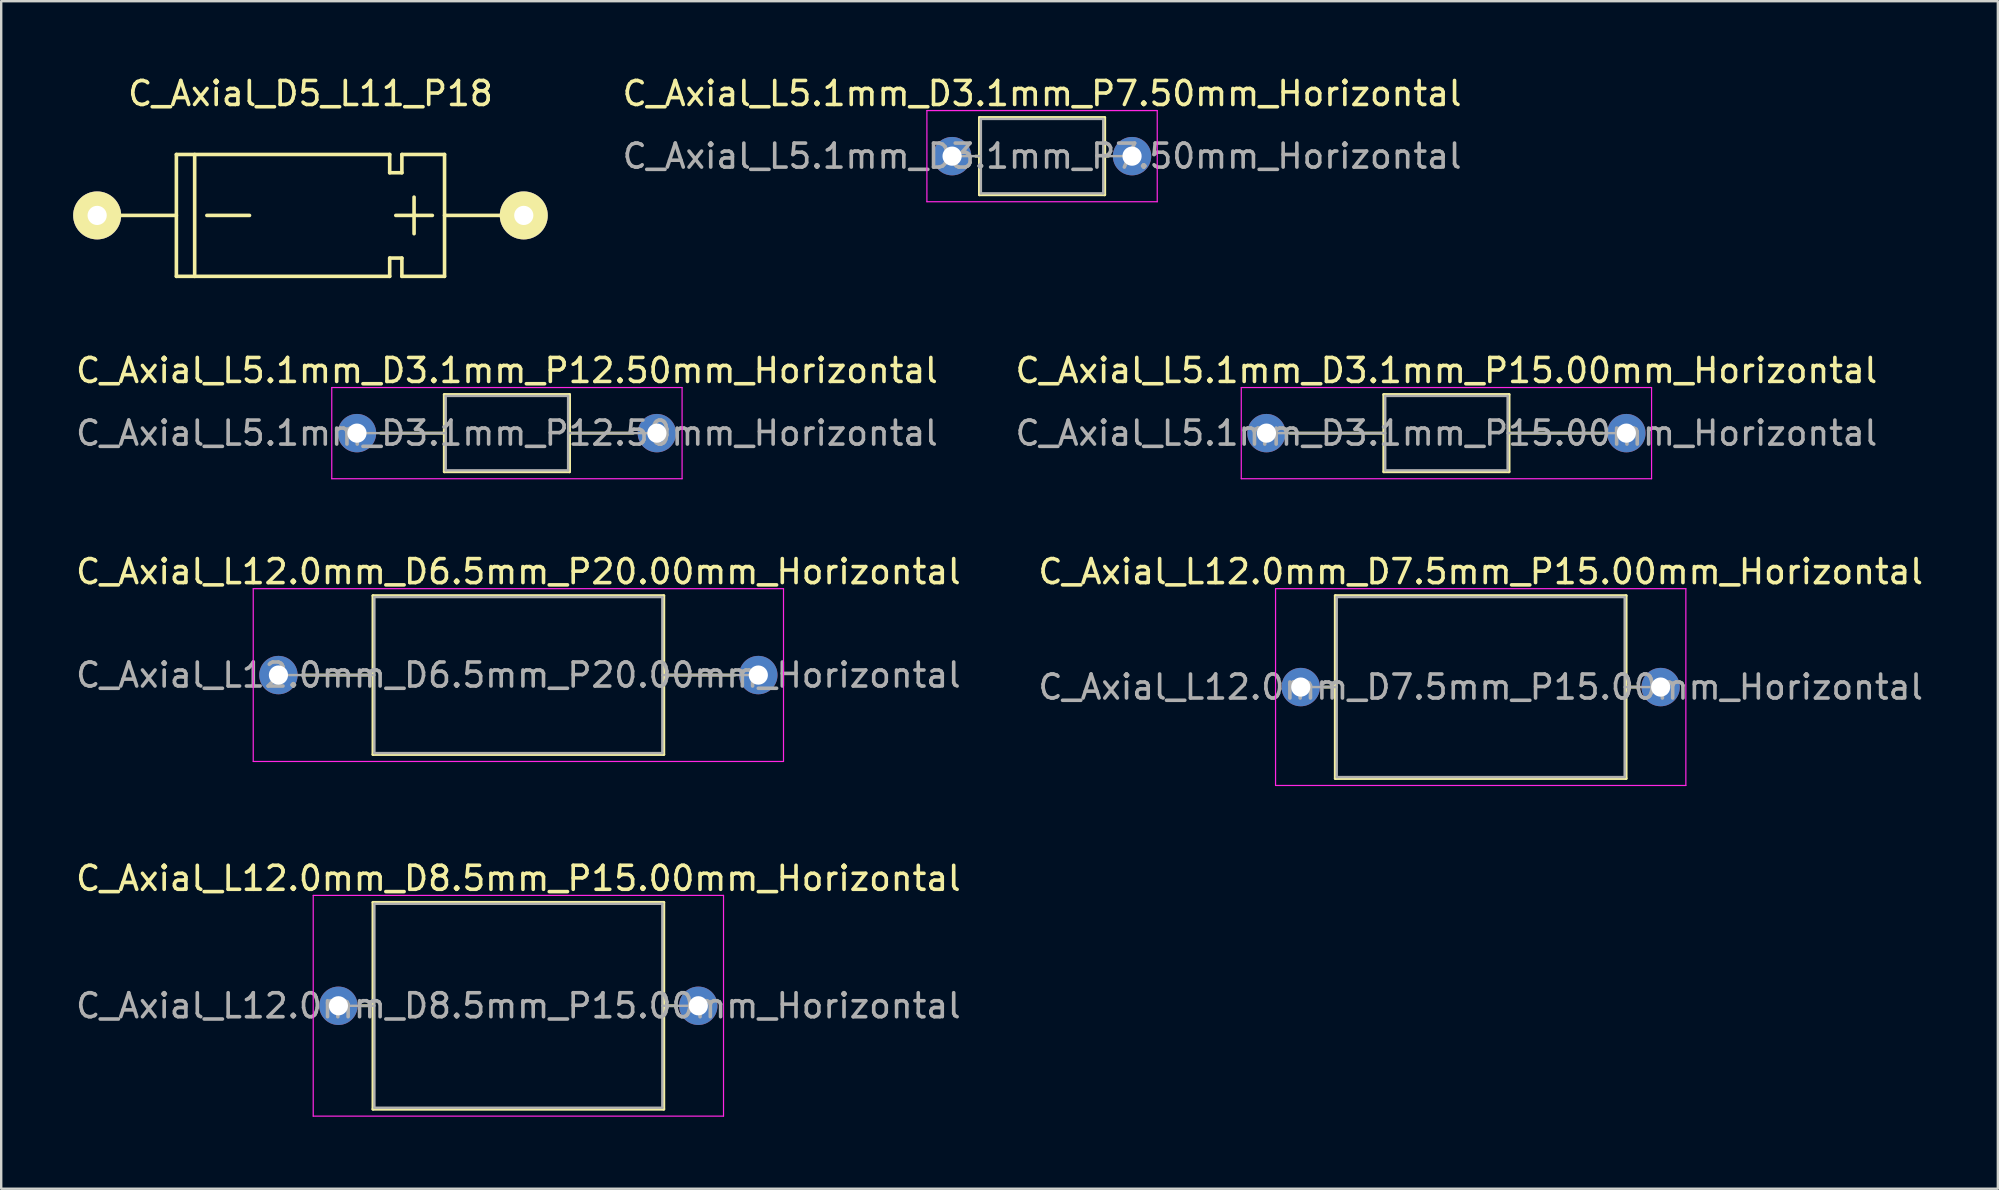
<source format=kicad_pcb>
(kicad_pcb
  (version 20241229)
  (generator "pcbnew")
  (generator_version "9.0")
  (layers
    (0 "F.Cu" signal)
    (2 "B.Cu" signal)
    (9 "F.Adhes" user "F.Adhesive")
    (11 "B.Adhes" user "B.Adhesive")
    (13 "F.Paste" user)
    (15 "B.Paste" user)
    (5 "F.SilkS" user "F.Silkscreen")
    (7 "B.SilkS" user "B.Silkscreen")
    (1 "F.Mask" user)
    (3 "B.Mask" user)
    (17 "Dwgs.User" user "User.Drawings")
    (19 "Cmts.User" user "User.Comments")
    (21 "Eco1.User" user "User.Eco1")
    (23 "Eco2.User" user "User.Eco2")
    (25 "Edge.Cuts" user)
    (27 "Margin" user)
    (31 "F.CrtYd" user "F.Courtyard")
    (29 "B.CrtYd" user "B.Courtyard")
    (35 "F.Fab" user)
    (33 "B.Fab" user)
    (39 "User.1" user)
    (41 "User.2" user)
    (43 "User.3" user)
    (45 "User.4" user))
  (footprint "C_Axial_L5.1mm_D3.1mm_P12.50mm_Horizontal"
    (layer "F.Cu")
    (at 11.827 15.002)
    (property "Reference" "C_Axial_L5.1mm_D3.1mm_P12.50mm_Horizontal" (at 6.25 -2.61 0) (layer "F.SilkS") (effects (font (size 1 1) (thickness 0.15))))
    (attr through_hole)
    (fp_line (start 0.98 0) (end 3.64 0) (stroke (width 0.12) (type solid)) (layer "F.SilkS"))
    (fp_line (start 3.64 -1.61) (end 3.64 1.61) (stroke (width 0.12) (type solid)) (layer "F.SilkS"))
    (fp_line (start 3.64 1.61) (end 8.86 1.61) (stroke (width 0.12) (type solid)) (layer "F.SilkS"))
    (fp_line (start 8.86 -1.61) (end 3.64 -1.61) (stroke (width 0.12) (type solid)) (layer "F.SilkS"))
    (fp_line (start 8.86 1.61) (end 8.86 -1.61) (stroke (width 0.12) (type solid)) (layer "F.SilkS"))
    (fp_line (start 11.52 0) (end 8.86 0) (stroke (width 0.12) (type solid)) (layer "F.SilkS"))
    (fp_line (start -1.05 -1.9) (end -1.05 1.9) (stroke (width 0.05) (type solid)) (layer "F.CrtYd"))
    (fp_line (start -1.05 1.9) (end 13.55 1.9) (stroke (width 0.05) (type solid)) (layer "F.CrtYd"))
    (fp_line (start 13.55 -1.9) (end -1.05 -1.9) (stroke (width 0.05) (type solid)) (layer "F.CrtYd"))
    (fp_line (start 13.55 1.9) (end 13.55 -1.9) (stroke (width 0.05) (type solid)) (layer "F.CrtYd"))
    (fp_line (start 0 0) (end 3.7 0) (stroke (width 0.1) (type solid)) (layer "F.Fab"))
    (fp_line (start 3.7 -1.55) (end 3.7 1.55) (stroke (width 0.1) (type solid)) (layer "F.Fab"))
    (fp_line (start 3.7 1.55) (end 8.8 1.55) (stroke (width 0.1) (type solid)) (layer "F.Fab"))
    (fp_line (start 8.8 -1.55) (end 3.7 -1.55) (stroke (width 0.1) (type solid)) (layer "F.Fab"))
    (fp_line (start 8.8 1.55) (end 8.8 -1.55) (stroke (width 0.1) (type solid)) (layer "F.Fab"))
    (fp_line (start 12.5 0) (end 8.8 0) (stroke (width 0.1) (type solid)) (layer "F.Fab"))
    (fp_text user "${REFERENCE}" (at 6.25 0 0) (layer "F.Fab") (effects (font (size 1 1) (thickness 0.15))))
    (pad "1" thru_hole circle (at 0 0) (size 1.6 1.6) (drill 0.8) (layers "*.Cu" "*.Mask"))
    (pad "2" thru_hole oval (at 12.5 0) (size 1.6 1.6) (drill 0.8) (layers "*.Cu" "*.Mask")))
  (footprint "C_Axial_L12.0mm_D7.5mm_P15.00mm_Horizontal"
    (layer "F.Cu")
    (at 51.161 25.585)
    (property "Reference" "C_Axial_L12.0mm_D7.5mm_P15.00mm_Horizontal" (at 7.5 -4.81 0) (layer "F.SilkS") (effects (font (size 1 1) (thickness 0.15))))
    (attr through_hole)
    (fp_line (start 0.98 0) (end 1.44 0) (stroke (width 0.12) (type solid)) (layer "F.SilkS"))
    (fp_line (start 1.44 -3.81) (end 1.44 3.81) (stroke (width 0.12) (type solid)) (layer "F.SilkS"))
    (fp_line (start 1.44 3.81) (end 13.56 3.81) (stroke (width 0.12) (type solid)) (layer "F.SilkS"))
    (fp_line (start 13.56 -3.81) (end 1.44 -3.81) (stroke (width 0.12) (type solid)) (layer "F.SilkS"))
    (fp_line (start 13.56 3.81) (end 13.56 -3.81) (stroke (width 0.12) (type solid)) (layer "F.SilkS"))
    (fp_line (start 14.02 0) (end 13.56 0) (stroke (width 0.12) (type solid)) (layer "F.SilkS"))
    (fp_line (start -1.05 -4.1) (end -1.05 4.1) (stroke (width 0.05) (type solid)) (layer "F.CrtYd"))
    (fp_line (start -1.05 4.1) (end 16.05 4.1) (stroke (width 0.05) (type solid)) (layer "F.CrtYd"))
    (fp_line (start 16.05 -4.1) (end -1.05 -4.1) (stroke (width 0.05) (type solid)) (layer "F.CrtYd"))
    (fp_line (start 16.05 4.1) (end 16.05 -4.1) (stroke (width 0.05) (type solid)) (layer "F.CrtYd"))
    (fp_line (start 0 0) (end 1.5 0) (stroke (width 0.1) (type solid)) (layer "F.Fab"))
    (fp_line (start 1.5 -3.75) (end 1.5 3.75) (stroke (width 0.1) (type solid)) (layer "F.Fab"))
    (fp_line (start 1.5 3.75) (end 13.5 3.75) (stroke (width 0.1) (type solid)) (layer "F.Fab"))
    (fp_line (start 13.5 -3.75) (end 1.5 -3.75) (stroke (width 0.1) (type solid)) (layer "F.Fab"))
    (fp_line (start 13.5 3.75) (end 13.5 -3.75) (stroke (width 0.1) (type solid)) (layer "F.Fab"))
    (fp_line (start 15 0) (end 13.5 0) (stroke (width 0.1) (type solid)) (layer "F.Fab"))
    (fp_text user "${REFERENCE}" (at 7.5 0 0) (layer "F.Fab") (effects (font (size 1 1) (thickness 0.15))))
    (pad "1" thru_hole circle (at 0 0) (size 1.6 1.6) (drill 0.8) (layers "*.Cu" "*.Mask"))
    (pad "2" thru_hole oval (at 15 0) (size 1.6 1.6) (drill 0.8) (layers "*.Cu" "*.Mask")))
  (footprint "C_Axial_L5.1mm_D3.1mm_P15.00mm_Horizontal"
    (layer "F.Cu")
    (at 49.732 15.002)
    (property "Reference" "C_Axial_L5.1mm_D3.1mm_P15.00mm_Horizontal" (at 7.5 -2.61 0) (layer "F.SilkS") (effects (font (size 1 1) (thickness 0.15))))
    (attr through_hole)
    (fp_line (start 0.98 0) (end 4.89 0) (stroke (width 0.12) (type solid)) (layer "F.SilkS"))
    (fp_line (start 4.89 -1.61) (end 4.89 1.61) (stroke (width 0.12) (type solid)) (layer "F.SilkS"))
    (fp_line (start 4.89 1.61) (end 10.11 1.61) (stroke (width 0.12) (type solid)) (layer "F.SilkS"))
    (fp_line (start 10.11 -1.61) (end 4.89 -1.61) (stroke (width 0.12) (type solid)) (layer "F.SilkS"))
    (fp_line (start 10.11 1.61) (end 10.11 -1.61) (stroke (width 0.12) (type solid)) (layer "F.SilkS"))
    (fp_line (start 14.02 0) (end 10.11 0) (stroke (width 0.12) (type solid)) (layer "F.SilkS"))
    (fp_line (start -1.05 -1.9) (end -1.05 1.9) (stroke (width 0.05) (type solid)) (layer "F.CrtYd"))
    (fp_line (start -1.05 1.9) (end 16.05 1.9) (stroke (width 0.05) (type solid)) (layer "F.CrtYd"))
    (fp_line (start 16.05 -1.9) (end -1.05 -1.9) (stroke (width 0.05) (type solid)) (layer "F.CrtYd"))
    (fp_line (start 16.05 1.9) (end 16.05 -1.9) (stroke (width 0.05) (type solid)) (layer "F.CrtYd"))
    (fp_line (start 0 0) (end 4.95 0) (stroke (width 0.1) (type solid)) (layer "F.Fab"))
    (fp_line (start 4.95 -1.55) (end 4.95 1.55) (stroke (width 0.1) (type solid)) (layer "F.Fab"))
    (fp_line (start 4.95 1.55) (end 10.05 1.55) (stroke (width 0.1) (type solid)) (layer "F.Fab"))
    (fp_line (start 10.05 -1.55) (end 4.95 -1.55) (stroke (width 0.1) (type solid)) (layer "F.Fab"))
    (fp_line (start 10.05 1.55) (end 10.05 -1.55) (stroke (width 0.1) (type solid)) (layer "F.Fab"))
    (fp_line (start 15 0) (end 10.05 0) (stroke (width 0.1) (type solid)) (layer "F.Fab"))
    (fp_text user "${REFERENCE}" (at 7.5 0 0) (layer "F.Fab") (effects (font (size 1 1) (thickness 0.15))))
    (pad "1" thru_hole circle (at 0 0) (size 1.6 1.6) (drill 0.8) (layers "*.Cu" "*.Mask"))
    (pad "2" thru_hole oval (at 15 0) (size 1.6 1.6) (drill 0.8) (layers "*.Cu" "*.Mask")))
  (footprint "C_Axial_L12.0mm_D8.5mm_P15.00mm_Horizontal"
    (layer "F.Cu")
    (at 11.054 38.868)
    (property "Reference" "C_Axial_L12.0mm_D8.5mm_P15.00mm_Horizontal" (at 7.5 -5.31 0) (layer "F.SilkS") (effects (font (size 1 1) (thickness 0.15))))
    (attr through_hole)
    (fp_line (start 0.98 0) (end 1.44 0) (stroke (width 0.12) (type solid)) (layer "F.SilkS"))
    (fp_line (start 1.44 -4.31) (end 1.44 4.31) (stroke (width 0.12) (type solid)) (layer "F.SilkS"))
    (fp_line (start 1.44 4.31) (end 13.56 4.31) (stroke (width 0.12) (type solid)) (layer "F.SilkS"))
    (fp_line (start 13.56 -4.31) (end 1.44 -4.31) (stroke (width 0.12) (type solid)) (layer "F.SilkS"))
    (fp_line (start 13.56 4.31) (end 13.56 -4.31) (stroke (width 0.12) (type solid)) (layer "F.SilkS"))
    (fp_line (start 14.02 0) (end 13.56 0) (stroke (width 0.12) (type solid)) (layer "F.SilkS"))
    (fp_line (start -1.05 -4.6) (end -1.05 4.6) (stroke (width 0.05) (type solid)) (layer "F.CrtYd"))
    (fp_line (start -1.05 4.6) (end 16.05 4.6) (stroke (width 0.05) (type solid)) (layer "F.CrtYd"))
    (fp_line (start 16.05 -4.6) (end -1.05 -4.6) (stroke (width 0.05) (type solid)) (layer "F.CrtYd"))
    (fp_line (start 16.05 4.6) (end 16.05 -4.6) (stroke (width 0.05) (type solid)) (layer "F.CrtYd"))
    (fp_line (start 0 0) (end 1.5 0) (stroke (width 0.1) (type solid)) (layer "F.Fab"))
    (fp_line (start 1.5 -4.25) (end 1.5 4.25) (stroke (width 0.1) (type solid)) (layer "F.Fab"))
    (fp_line (start 1.5 4.25) (end 13.5 4.25) (stroke (width 0.1) (type solid)) (layer "F.Fab"))
    (fp_line (start 13.5 -4.25) (end 1.5 -4.25) (stroke (width 0.1) (type solid)) (layer "F.Fab"))
    (fp_line (start 13.5 4.25) (end 13.5 -4.25) (stroke (width 0.1) (type solid)) (layer "F.Fab"))
    (fp_line (start 15 0) (end 13.5 0) (stroke (width 0.1) (type solid)) (layer "F.Fab"))
    (fp_text user "${REFERENCE}" (at 7.5 0 0) (layer "F.Fab") (effects (font (size 1 1) (thickness 0.15))))
    (pad "1" thru_hole circle (at 0 0) (size 1.6 1.6) (drill 0.8) (layers "*.Cu" "*.Mask"))
    (pad "2" thru_hole oval (at 15 0) (size 1.6 1.6) (drill 0.8) (layers "*.Cu" "*.Mask")))
  (footprint "C_Axial_L12.0mm_D6.5mm_P20.00mm_Horizontal"
    (layer "F.Cu")
    (at 8.554 25.085)
    (property "Reference" "C_Axial_L12.0mm_D6.5mm_P20.00mm_Horizontal" (at 10 -4.31 0) (layer "F.SilkS") (effects (font (size 1 1) (thickness 0.15))))
    (attr through_hole)
    (fp_line (start 0.98 0) (end 3.94 0) (stroke (width 0.12) (type solid)) (layer "F.SilkS"))
    (fp_line (start 3.94 -3.31) (end 3.94 3.31) (stroke (width 0.12) (type solid)) (layer "F.SilkS"))
    (fp_line (start 3.94 3.31) (end 16.06 3.31) (stroke (width 0.12) (type solid)) (layer "F.SilkS"))
    (fp_line (start 16.06 -3.31) (end 3.94 -3.31) (stroke (width 0.12) (type solid)) (layer "F.SilkS"))
    (fp_line (start 16.06 3.31) (end 16.06 -3.31) (stroke (width 0.12) (type solid)) (layer "F.SilkS"))
    (fp_line (start 19.02 0) (end 16.06 0) (stroke (width 0.12) (type solid)) (layer "F.SilkS"))
    (fp_line (start -1.05 -3.6) (end -1.05 3.6) (stroke (width 0.05) (type solid)) (layer "F.CrtYd"))
    (fp_line (start -1.05 3.6) (end 21.05 3.6) (stroke (width 0.05) (type solid)) (layer "F.CrtYd"))
    (fp_line (start 21.05 -3.6) (end -1.05 -3.6) (stroke (width 0.05) (type solid)) (layer "F.CrtYd"))
    (fp_line (start 21.05 3.6) (end 21.05 -3.6) (stroke (width 0.05) (type solid)) (layer "F.CrtYd"))
    (fp_line (start 0 0) (end 4 0) (stroke (width 0.1) (type solid)) (layer "F.Fab"))
    (fp_line (start 4 -3.25) (end 4 3.25) (stroke (width 0.1) (type solid)) (layer "F.Fab"))
    (fp_line (start 4 3.25) (end 16 3.25) (stroke (width 0.1) (type solid)) (layer "F.Fab"))
    (fp_line (start 16 -3.25) (end 4 -3.25) (stroke (width 0.1) (type solid)) (layer "F.Fab"))
    (fp_line (start 16 3.25) (end 16 -3.25) (stroke (width 0.1) (type solid)) (layer "F.Fab"))
    (fp_line (start 20 0) (end 16 0) (stroke (width 0.1) (type solid)) (layer "F.Fab"))
    (fp_text user "${REFERENCE}" (at 10 0 0) (layer "F.Fab") (effects (font (size 1 1) (thickness 0.15))))
    (pad "1" thru_hole circle (at 0 0) (size 1.6 1.6) (drill 0.8) (layers "*.Cu" "*.Mask"))
    (pad "2" thru_hole oval (at 20 0) (size 1.6 1.6) (drill 0.8) (layers "*.Cu" "*.Mask")))
  (footprint "C_Axial_L5.1mm_D3.1mm_P7.50mm_Horizontal"
    (layer "F.Cu")
    (at 36.63 3.458)
    (property "Reference" "C_Axial_L5.1mm_D3.1mm_P7.50mm_Horizontal" (at 3.75 -2.61 0) (layer "F.SilkS") (effects (font (size 1 1) (thickness 0.15))))
    (attr through_hole)
    (fp_line (start 0.98 0) (end 1.14 0) (stroke (width 0.12) (type solid)) (layer "F.SilkS"))
    (fp_line (start 1.14 -1.61) (end 1.14 1.61) (stroke (width 0.12) (type solid)) (layer "F.SilkS"))
    (fp_line (start 1.14 1.61) (end 6.36 1.61) (stroke (width 0.12) (type solid)) (layer "F.SilkS"))
    (fp_line (start 6.36 -1.61) (end 1.14 -1.61) (stroke (width 0.12) (type solid)) (layer "F.SilkS"))
    (fp_line (start 6.36 1.61) (end 6.36 -1.61) (stroke (width 0.12) (type solid)) (layer "F.SilkS"))
    (fp_line (start 6.52 0) (end 6.36 0) (stroke (width 0.12) (type solid)) (layer "F.SilkS"))
    (fp_line (start -1.05 -1.9) (end -1.05 1.9) (stroke (width 0.05) (type solid)) (layer "F.CrtYd"))
    (fp_line (start -1.05 1.9) (end 8.55 1.9) (stroke (width 0.05) (type solid)) (layer "F.CrtYd"))
    (fp_line (start 8.55 -1.9) (end -1.05 -1.9) (stroke (width 0.05) (type solid)) (layer "F.CrtYd"))
    (fp_line (start 8.55 1.9) (end 8.55 -1.9) (stroke (width 0.05) (type solid)) (layer "F.CrtYd"))
    (fp_line (start 0 0) (end 1.2 0) (stroke (width 0.1) (type solid)) (layer "F.Fab"))
    (fp_line (start 1.2 -1.55) (end 1.2 1.55) (stroke (width 0.1) (type solid)) (layer "F.Fab"))
    (fp_line (start 1.2 1.55) (end 6.3 1.55) (stroke (width 0.1) (type solid)) (layer "F.Fab"))
    (fp_line (start 6.3 -1.55) (end 1.2 -1.55) (stroke (width 0.1) (type solid)) (layer "F.Fab"))
    (fp_line (start 6.3 1.55) (end 6.3 -1.55) (stroke (width 0.1) (type solid)) (layer "F.Fab"))
    (fp_line (start 7.5 0) (end 6.3 0) (stroke (width 0.1) (type solid)) (layer "F.Fab"))
    (fp_text user "${REFERENCE}" (at 3.75 0 0) (layer "F.Fab") (effects (font (size 1 1) (thickness 0.15))))
    (pad "1" thru_hole circle (at 0 0) (size 1.6 1.6) (drill 0.8) (layers "*.Cu" "*.Mask"))
    (pad "2" thru_hole oval (at 7.5 0) (size 1.6 1.6) (drill 0.8) (layers "*.Cu" "*.Mask")))
  (footprint "C_Axial_D5_L11_P18"
    (layer "F.Cu")
    (at 9.889 5.928)
    (property "Reference" "C_Axial_D5_L11_P18" (at 0 -5.08 0) (layer "F.SilkS") (effects (font (size 1 1) (thickness 0.15))))
    (attr through_hole)
    (fp_line (start -5.588 0) (end -8.89 0) (stroke (width 0.15) (type solid)) (layer "F.SilkS"))
    (fp_line (start -5.588 2.54) (end -5.588 -2.54) (stroke (width 0.15) (type solid)) (layer "F.SilkS"))
    (fp_line (start -4.826 -2.54) (end -4.826 2.54) (stroke (width 0.15) (type solid)) (layer "F.SilkS"))
    (fp_line (start -4.318 0) (end -2.54 0) (stroke (width 0.15) (type solid)) (layer "F.SilkS"))
    (fp_line (start 3.302 -2.54) (end -5.588 -2.54) (stroke (width 0.15) (type solid)) (layer "F.SilkS"))
    (fp_line (start 3.302 -2.54) (end 3.302 -1.778) (stroke (width 0.15) (type solid)) (layer "F.SilkS"))
    (fp_line (start 3.302 -1.778) (end 3.81 -1.778) (stroke (width 0.15) (type solid)) (layer "F.SilkS"))
    (fp_line (start 3.302 1.778) (end 3.302 2.54) (stroke (width 0.15) (type solid)) (layer "F.SilkS"))
    (fp_line (start 3.302 2.54) (end -5.588 2.54) (stroke (width 0.15) (type solid)) (layer "F.SilkS"))
    (fp_line (start 3.81 -2.54) (end 5.588 -2.54) (stroke (width 0.15) (type solid)) (layer "F.SilkS"))
    (fp_line (start 3.81 -1.778) (end 3.81 -2.54) (stroke (width 0.15) (type solid)) (layer "F.SilkS"))
    (fp_line (start 3.81 1.778) (end 3.302 1.778) (stroke (width 0.15) (type solid)) (layer "F.SilkS"))
    (fp_line (start 3.81 2.54) (end 3.81 1.778) (stroke (width 0.15) (type solid)) (layer "F.SilkS"))
    (fp_line (start 4.318 0.762) (end 4.318 -0.762) (stroke (width 0.15) (type solid)) (layer "F.SilkS"))
    (fp_line (start 5.08 0) (end 3.556 0) (stroke (width 0.15) (type solid)) (layer "F.SilkS"))
    (fp_line (start 5.588 -2.54) (end 5.588 2.54) (stroke (width 0.15) (type solid)) (layer "F.SilkS"))
    (fp_line (start 5.588 2.54) (end 3.81 2.54) (stroke (width 0.15) (type solid)) (layer "F.SilkS"))
    (fp_line (start 8.89 0) (end 5.588 0) (stroke (width 0.15) (type solid)) (layer "F.SilkS"))
    (pad "1" thru_hole circle (at 8.89 0) (size 1.999 1.999) (drill 0.8) (layers "*.Cu" "*.Mask" "F.SilkS"))
    (pad "2" thru_hole circle (at -8.89 0) (size 1.999 1.999) (drill 0.8) (layers "*.Cu" "*.Mask" "F.SilkS")))
  (gr_rect
    (start -3 -3)
    (end 80.214 46.493)
    (stroke (width 0.1) (type default))
    (fill no)
    (layer "Edge.Cuts")))
</source>
